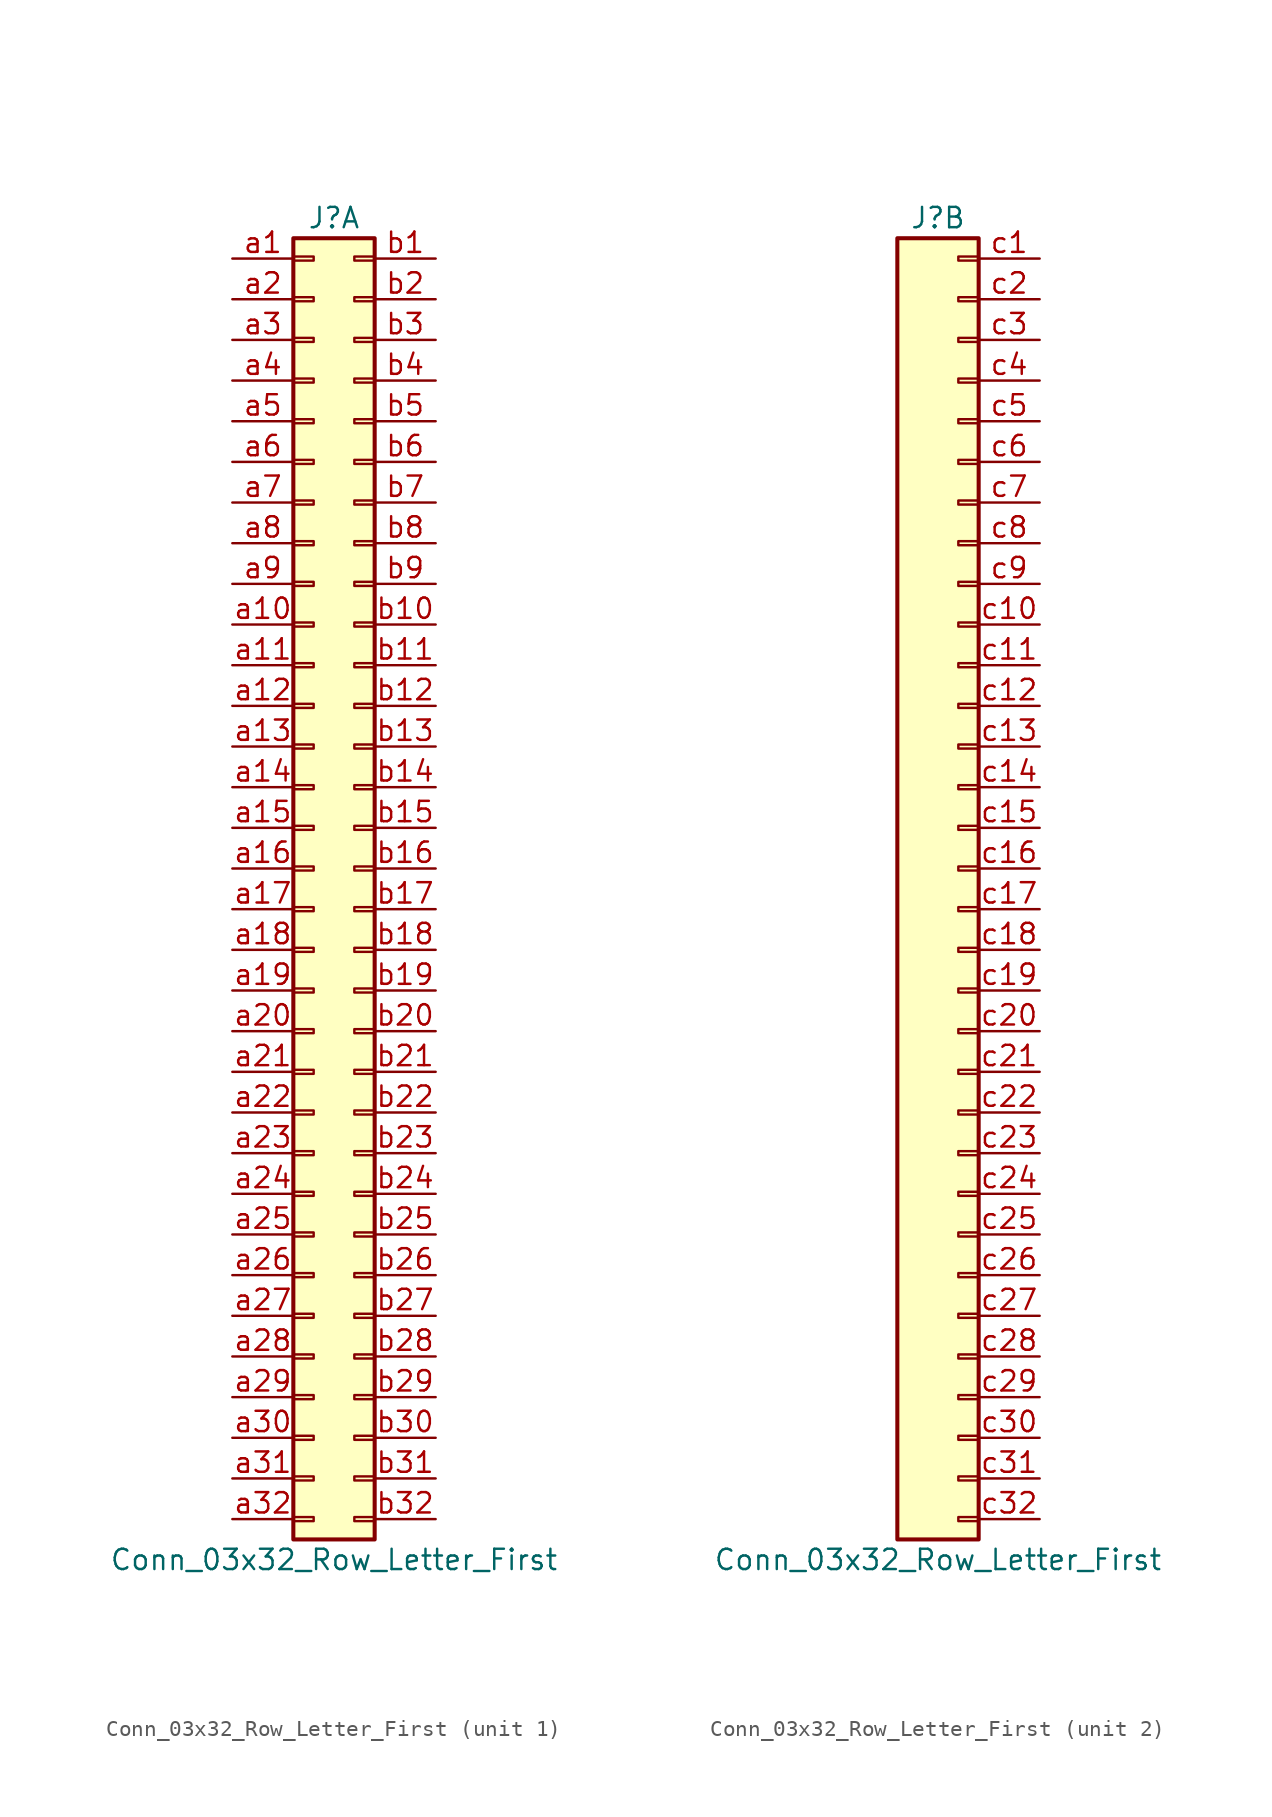
<source format=kicad_sym>
(kicad_symbol_lib
  (version 20211014)
  (generator kicad_symbol_editor)
  (symbol "68komputer-common:Conn_03x32_Row_Letter_First"
    (pin_names
      (offset 1.016) hide)
    (property "Reference" "J"
      (at 1.27 40.64 0)
      (effects (font (size 1.27 1.27))))
    (property "Value" "Conn_03x32_Row_Letter_First"
      (at 1.27 -43.18 0)
      (effects (font (size 1.27 1.27))))
    (property "ki_locked" ""
      (at 0 0 0)
      (effects (font (size 1.27 1.27))))
    (symbol "Conn_03x32_Row_Letter_First_1_1"
      (rectangle (start -1.27 -40.513) (end 0 -40.767) (stroke (width 0.152) (type default) (color 0 0 0 0)) (fill (type none)))
      (rectangle (start -1.27 -37.973) (end 0 -38.227) (stroke (width 0.152) (type default) (color 0 0 0 0)) (fill (type none)))
      (rectangle (start -1.27 -35.433) (end 0 -35.687) (stroke (width 0.152) (type default) (color 0 0 0 0)) (fill (type none)))
      (rectangle (start -1.27 -32.893) (end 0 -33.147) (stroke (width 0.152) (type default) (color 0 0 0 0)) (fill (type none)))
      (rectangle (start -1.27 -30.353) (end 0 -30.607) (stroke (width 0.152) (type default) (color 0 0 0 0)) (fill (type none)))
      (rectangle (start -1.27 -27.813) (end 0 -28.067) (stroke (width 0.152) (type default) (color 0 0 0 0)) (fill (type none)))
      (rectangle (start -1.27 -25.273) (end 0 -25.527) (stroke (width 0.152) (type default) (color 0 0 0 0)) (fill (type none)))
      (rectangle (start -1.27 -22.733) (end 0 -22.987) (stroke (width 0.152) (type default) (color 0 0 0 0)) (fill (type none)))
      (rectangle (start -1.27 -20.193) (end 0 -20.447) (stroke (width 0.152) (type default) (color 0 0 0 0)) (fill (type none)))
      (rectangle (start -1.27 -17.653) (end 0 -17.907) (stroke (width 0.152) (type default) (color 0 0 0 0)) (fill (type none)))
      (rectangle (start -1.27 -15.113) (end 0 -15.367) (stroke (width 0.152) (type default) (color 0 0 0 0)) (fill (type none)))
      (rectangle (start -1.27 -12.573) (end 0 -12.827) (stroke (width 0.152) (type default) (color 0 0 0 0)) (fill (type none)))
      (rectangle (start -1.27 -10.033) (end 0 -10.287) (stroke (width 0.152) (type default) (color 0 0 0 0)) (fill (type none)))
      (rectangle (start -1.27 -7.493) (end 0 -7.747) (stroke (width 0.152) (type default) (color 0 0 0 0)) (fill (type none)))
      (rectangle (start -1.27 -4.953) (end 0 -5.207) (stroke (width 0.152) (type default) (color 0 0 0 0)) (fill (type none)))
      (rectangle (start -1.27 -2.413) (end 0 -2.667) (stroke (width 0.152) (type default) (color 0 0 0 0)) (fill (type none)))
      (rectangle (start -1.27 0.127) (end 0 -0.127) (stroke (width 0.152) (type default) (color 0 0 0 0)) (fill (type none)))
      (rectangle (start -1.27 2.667) (end 0 2.413) (stroke (width 0.152) (type default) (color 0 0 0 0)) (fill (type none)))
      (rectangle (start -1.27 5.207) (end 0 4.953) (stroke (width 0.152) (type default) (color 0 0 0 0)) (fill (type none)))
      (rectangle (start -1.27 7.747) (end 0 7.493) (stroke (width 0.152) (type default) (color 0 0 0 0)) (fill (type none)))
      (rectangle (start -1.27 10.287) (end 0 10.033) (stroke (width 0.152) (type default) (color 0 0 0 0)) (fill (type none)))
      (rectangle (start -1.27 12.827) (end 0 12.573) (stroke (width 0.152) (type default) (color 0 0 0 0)) (fill (type none)))
      (rectangle (start -1.27 15.367) (end 0 15.113) (stroke (width 0.152) (type default) (color 0 0 0 0)) (fill (type none)))
      (rectangle (start -1.27 17.907) (end 0 17.653) (stroke (width 0.152) (type default) (color 0 0 0 0)) (fill (type none)))
      (rectangle (start -1.27 20.447) (end 0 20.193) (stroke (width 0.152) (type default) (color 0 0 0 0)) (fill (type none)))
      (rectangle (start -1.27 22.987) (end 0 22.733) (stroke (width 0.152) (type default) (color 0 0 0 0)) (fill (type none)))
      (rectangle (start -1.27 25.527) (end 0 25.273) (stroke (width 0.152) (type default) (color 0 0 0 0)) (fill (type none)))
      (rectangle (start -1.27 28.067) (end 0 27.813) (stroke (width 0.152) (type default) (color 0 0 0 0)) (fill (type none)))
      (rectangle (start -1.27 30.607) (end 0 30.353) (stroke (width 0.152) (type default) (color 0 0 0 0)) (fill (type none)))
      (rectangle (start -1.27 33.147) (end 0 32.893) (stroke (width 0.152) (type default) (color 0 0 0 0)) (fill (type none)))
      (rectangle (start -1.27 35.687) (end 0 35.433) (stroke (width 0.152) (type default) (color 0 0 0 0)) (fill (type none)))
      (rectangle (start -1.27 38.227) (end 0 37.973) (stroke (width 0.152) (type default) (color 0 0 0 0)) (fill (type none)))
      (rectangle (start -1.27 39.37) (end 3.81 -41.91) (stroke (width 0.254) (type default) (color 0 0 0 0)) (fill (type background)))
      (rectangle (start 3.81 -40.513) (end 2.54 -40.767) (stroke (width 0.152) (type default) (color 0 0 0 0)) (fill (type none)))
      (rectangle (start 3.81 -37.973) (end 2.54 -38.227) (stroke (width 0.152) (type default) (color 0 0 0 0)) (fill (type none)))
      (rectangle (start 3.81 -35.433) (end 2.54 -35.687) (stroke (width 0.152) (type default) (color 0 0 0 0)) (fill (type none)))
      (rectangle (start 3.81 -32.893) (end 2.54 -33.147) (stroke (width 0.152) (type default) (color 0 0 0 0)) (fill (type none)))
      (rectangle (start 3.81 -30.353) (end 2.54 -30.607) (stroke (width 0.152) (type default) (color 0 0 0 0)) (fill (type none)))
      (rectangle (start 3.81 -27.813) (end 2.54 -28.067) (stroke (width 0.152) (type default) (color 0 0 0 0)) (fill (type none)))
      (rectangle (start 3.81 -25.273) (end 2.54 -25.527) (stroke (width 0.152) (type default) (color 0 0 0 0)) (fill (type none)))
      (rectangle (start 3.81 -22.733) (end 2.54 -22.987) (stroke (width 0.152) (type default) (color 0 0 0 0)) (fill (type none)))
      (rectangle (start 3.81 -20.193) (end 2.54 -20.447) (stroke (width 0.152) (type default) (color 0 0 0 0)) (fill (type none)))
      (rectangle (start 3.81 -17.653) (end 2.54 -17.907) (stroke (width 0.152) (type default) (color 0 0 0 0)) (fill (type none)))
      (rectangle (start 3.81 -15.113) (end 2.54 -15.367) (stroke (width 0.152) (type default) (color 0 0 0 0)) (fill (type none)))
      (rectangle (start 3.81 -12.573) (end 2.54 -12.827) (stroke (width 0.152) (type default) (color 0 0 0 0)) (fill (type none)))
      (rectangle (start 3.81 -10.033) (end 2.54 -10.287) (stroke (width 0.152) (type default) (color 0 0 0 0)) (fill (type none)))
      (rectangle (start 3.81 -7.493) (end 2.54 -7.747) (stroke (width 0.152) (type default) (color 0 0 0 0)) (fill (type none)))
      (rectangle (start 3.81 -4.953) (end 2.54 -5.207) (stroke (width 0.152) (type default) (color 0 0 0 0)) (fill (type none)))
      (rectangle (start 3.81 -2.413) (end 2.54 -2.667) (stroke (width 0.152) (type default) (color 0 0 0 0)) (fill (type none)))
      (rectangle (start 3.81 0.127) (end 2.54 -0.127) (stroke (width 0.152) (type default) (color 0 0 0 0)) (fill (type none)))
      (rectangle (start 3.81 2.667) (end 2.54 2.413) (stroke (width 0.152) (type default) (color 0 0 0 0)) (fill (type none)))
      (rectangle (start 3.81 5.207) (end 2.54 4.953) (stroke (width 0.152) (type default) (color 0 0 0 0)) (fill (type none)))
      (rectangle (start 3.81 7.747) (end 2.54 7.493) (stroke (width 0.152) (type default) (color 0 0 0 0)) (fill (type none)))
      (rectangle (start 3.81 10.287) (end 2.54 10.033) (stroke (width 0.152) (type default) (color 0 0 0 0)) (fill (type none)))
      (rectangle (start 3.81 12.827) (end 2.54 12.573) (stroke (width 0.152) (type default) (color 0 0 0 0)) (fill (type none)))
      (rectangle (start 3.81 15.367) (end 2.54 15.113) (stroke (width 0.152) (type default) (color 0 0 0 0)) (fill (type none)))
      (rectangle (start 3.81 17.907) (end 2.54 17.653) (stroke (width 0.152) (type default) (color 0 0 0 0)) (fill (type none)))
      (rectangle (start 3.81 20.447) (end 2.54 20.193) (stroke (width 0.152) (type default) (color 0 0 0 0)) (fill (type none)))
      (rectangle (start 3.81 22.987) (end 2.54 22.733) (stroke (width 0.152) (type default) (color 0 0 0 0)) (fill (type none)))
      (rectangle (start 3.81 25.527) (end 2.54 25.273) (stroke (width 0.152) (type default) (color 0 0 0 0)) (fill (type none)))
      (rectangle (start 3.81 28.067) (end 2.54 27.813) (stroke (width 0.152) (type default) (color 0 0 0 0)) (fill (type none)))
      (rectangle (start 3.81 30.607) (end 2.54 30.353) (stroke (width 0.152) (type default) (color 0 0 0 0)) (fill (type none)))
      (rectangle (start 3.81 33.147) (end 2.54 32.893) (stroke (width 0.152) (type default) (color 0 0 0 0)) (fill (type none)))
      (rectangle (start 3.81 35.687) (end 2.54 35.433) (stroke (width 0.152) (type default) (color 0 0 0 0)) (fill (type none)))
      (rectangle (start 3.81 38.227) (end 2.54 37.973) (stroke (width 0.152) (type default) (color 0 0 0 0)) (fill (type none)))
      (pin passive line (at -5.08 38.1 0) (length 3.81) (name "Pin_a1" (effects (font (size 1.27 1.27)))) (number "a1" (effects (font (size 1.27 1.27)))))
      (pin passive line (at -5.08 15.24 0) (length 3.81) (name "Pin_a10" (effects (font (size 1.27 1.27)))) (number "a10" (effects (font (size 1.27 1.27)))))
      (pin passive line (at -5.08 12.7 0) (length 3.81) (name "Pin_a11" (effects (font (size 1.27 1.27)))) (number "a11" (effects (font (size 1.27 1.27)))))
      (pin passive line (at -5.08 10.16 0) (length 3.81) (name "Pin_a12" (effects (font (size 1.27 1.27)))) (number "a12" (effects (font (size 1.27 1.27)))))
      (pin passive line (at -5.08 7.62 0) (length 3.81) (name "Pin_a13" (effects (font (size 1.27 1.27)))) (number "a13" (effects (font (size 1.27 1.27)))))
      (pin passive line (at -5.08 5.08 0) (length 3.81) (name "Pin_a14" (effects (font (size 1.27 1.27)))) (number "a14" (effects (font (size 1.27 1.27)))))
      (pin passive line (at -5.08 2.54 0) (length 3.81) (name "Pin_a15" (effects (font (size 1.27 1.27)))) (number "a15" (effects (font (size 1.27 1.27)))))
      (pin passive line (at -5.08 0 0) (length 3.81) (name "Pin_a16" (effects (font (size 1.27 1.27)))) (number "a16" (effects (font (size 1.27 1.27)))))
      (pin passive line (at -5.08 -2.54 0) (length 3.81) (name "Pin_a17" (effects (font (size 1.27 1.27)))) (number "a17" (effects (font (size 1.27 1.27)))))
      (pin passive line (at -5.08 -5.08 0) (length 3.81) (name "Pin_a18" (effects (font (size 1.27 1.27)))) (number "a18" (effects (font (size 1.27 1.27)))))
      (pin passive line (at -5.08 -7.62 0) (length 3.81) (name "Pin_a19" (effects (font (size 1.27 1.27)))) (number "a19" (effects (font (size 1.27 1.27)))))
      (pin passive line (at -5.08 35.56 0) (length 3.81) (name "Pin_a2" (effects (font (size 1.27 1.27)))) (number "a2" (effects (font (size 1.27 1.27)))))
      (pin passive line (at -5.08 -10.16 0) (length 3.81) (name "Pin_a20" (effects (font (size 1.27 1.27)))) (number "a20" (effects (font (size 1.27 1.27)))))
      (pin passive line (at -5.08 -12.7 0) (length 3.81) (name "Pin_a21" (effects (font (size 1.27 1.27)))) (number "a21" (effects (font (size 1.27 1.27)))))
      (pin passive line (at -5.08 -15.24 0) (length 3.81) (name "Pin_a22" (effects (font (size 1.27 1.27)))) (number "a22" (effects (font (size 1.27 1.27)))))
      (pin passive line (at -5.08 -17.78 0) (length 3.81) (name "Pin_a23" (effects (font (size 1.27 1.27)))) (number "a23" (effects (font (size 1.27 1.27)))))
      (pin passive line (at -5.08 -20.32 0) (length 3.81) (name "Pin_a24" (effects (font (size 1.27 1.27)))) (number "a24" (effects (font (size 1.27 1.27)))))
      (pin passive line (at -5.08 -22.86 0) (length 3.81) (name "Pin_a25" (effects (font (size 1.27 1.27)))) (number "a25" (effects (font (size 1.27 1.27)))))
      (pin passive line (at -5.08 -25.4 0) (length 3.81) (name "Pin_a26" (effects (font (size 1.27 1.27)))) (number "a26" (effects (font (size 1.27 1.27)))))
      (pin passive line (at -5.08 -27.94 0) (length 3.81) (name "Pin_a27" (effects (font (size 1.27 1.27)))) (number "a27" (effects (font (size 1.27 1.27)))))
      (pin passive line (at -5.08 -30.48 0) (length 3.81) (name "Pin_a28" (effects (font (size 1.27 1.27)))) (number "a28" (effects (font (size 1.27 1.27)))))
      (pin passive line (at -5.08 -33.02 0) (length 3.81) (name "Pin_a29" (effects (font (size 1.27 1.27)))) (number "a29" (effects (font (size 1.27 1.27)))))
      (pin passive line (at -5.08 33.02 0) (length 3.81) (name "Pin_a3" (effects (font (size 1.27 1.27)))) (number "a3" (effects (font (size 1.27 1.27)))))
      (pin passive line (at -5.08 -35.56 0) (length 3.81) (name "Pin_a30" (effects (font (size 1.27 1.27)))) (number "a30" (effects (font (size 1.27 1.27)))))
      (pin passive line (at -5.08 -38.1 0) (length 3.81) (name "Pin_a31" (effects (font (size 1.27 1.27)))) (number "a31" (effects (font (size 1.27 1.27)))))
      (pin passive line (at -5.08 -40.64 0) (length 3.81) (name "Pin_a32" (effects (font (size 1.27 1.27)))) (number "a32" (effects (font (size 1.27 1.27)))))
      (pin passive line (at -5.08 30.48 0) (length 3.81) (name "Pin_a4" (effects (font (size 1.27 1.27)))) (number "a4" (effects (font (size 1.27 1.27)))))
      (pin passive line (at -5.08 27.94 0) (length 3.81) (name "Pin_a5" (effects (font (size 1.27 1.27)))) (number "a5" (effects (font (size 1.27 1.27)))))
      (pin passive line (at -5.08 25.4 0) (length 3.81) (name "Pin_a6" (effects (font (size 1.27 1.27)))) (number "a6" (effects (font (size 1.27 1.27)))))
      (pin passive line (at -5.08 22.86 0) (length 3.81) (name "Pin_a7" (effects (font (size 1.27 1.27)))) (number "a7" (effects (font (size 1.27 1.27)))))
      (pin passive line (at -5.08 20.32 0) (length 3.81) (name "Pin_a8" (effects (font (size 1.27 1.27)))) (number "a8" (effects (font (size 1.27 1.27)))))
      (pin passive line (at -5.08 17.78 0) (length 3.81) (name "Pin_a9" (effects (font (size 1.27 1.27)))) (number "a9" (effects (font (size 1.27 1.27)))))
      (pin passive line (at 7.62 38.1 180) (length 3.81) (name "Pin_b1" (effects (font (size 1.27 1.27)))) (number "b1" (effects (font (size 1.27 1.27)))))
      (pin passive line (at 7.62 15.24 180) (length 3.81) (name "Pin_b10" (effects (font (size 1.27 1.27)))) (number "b10" (effects (font (size 1.27 1.27)))))
      (pin passive line (at 7.62 12.7 180) (length 3.81) (name "Pin_b11" (effects (font (size 1.27 1.27)))) (number "b11" (effects (font (size 1.27 1.27)))))
      (pin passive line (at 7.62 10.16 180) (length 3.81) (name "Pin_b12" (effects (font (size 1.27 1.27)))) (number "b12" (effects (font (size 1.27 1.27)))))
      (pin passive line (at 7.62 7.62 180) (length 3.81) (name "Pin_b13" (effects (font (size 1.27 1.27)))) (number "b13" (effects (font (size 1.27 1.27)))))
      (pin passive line (at 7.62 5.08 180) (length 3.81) (name "Pin_b14" (effects (font (size 1.27 1.27)))) (number "b14" (effects (font (size 1.27 1.27)))))
      (pin passive line (at 7.62 2.54 180) (length 3.81) (name "Pin_b15" (effects (font (size 1.27 1.27)))) (number "b15" (effects (font (size 1.27 1.27)))))
      (pin passive line (at 7.62 0 180) (length 3.81) (name "Pin_b16" (effects (font (size 1.27 1.27)))) (number "b16" (effects (font (size 1.27 1.27)))))
      (pin passive line (at 7.62 -2.54 180) (length 3.81) (name "Pin_b17" (effects (font (size 1.27 1.27)))) (number "b17" (effects (font (size 1.27 1.27)))))
      (pin passive line (at 7.62 -5.08 180) (length 3.81) (name "Pin_b18" (effects (font (size 1.27 1.27)))) (number "b18" (effects (font (size 1.27 1.27)))))
      (pin passive line (at 7.62 -7.62 180) (length 3.81) (name "Pin_b19" (effects (font (size 1.27 1.27)))) (number "b19" (effects (font (size 1.27 1.27)))))
      (pin passive line (at 7.62 35.56 180) (length 3.81) (name "Pin_b2" (effects (font (size 1.27 1.27)))) (number "b2" (effects (font (size 1.27 1.27)))))
      (pin passive line (at 7.62 -10.16 180) (length 3.81) (name "Pin_b20" (effects (font (size 1.27 1.27)))) (number "b20" (effects (font (size 1.27 1.27)))))
      (pin passive line (at 7.62 -12.7 180) (length 3.81) (name "Pin_b21" (effects (font (size 1.27 1.27)))) (number "b21" (effects (font (size 1.27 1.27)))))
      (pin passive line (at 7.62 -15.24 180) (length 3.81) (name "Pin_b22" (effects (font (size 1.27 1.27)))) (number "b22" (effects (font (size 1.27 1.27)))))
      (pin passive line (at 7.62 -17.78 180) (length 3.81) (name "Pin_b23" (effects (font (size 1.27 1.27)))) (number "b23" (effects (font (size 1.27 1.27)))))
      (pin passive line (at 7.62 -20.32 180) (length 3.81) (name "Pin_b24" (effects (font (size 1.27 1.27)))) (number "b24" (effects (font (size 1.27 1.27)))))
      (pin passive line (at 7.62 -22.86 180) (length 3.81) (name "Pin_b25" (effects (font (size 1.27 1.27)))) (number "b25" (effects (font (size 1.27 1.27)))))
      (pin passive line (at 7.62 -25.4 180) (length 3.81) (name "Pin_b26" (effects (font (size 1.27 1.27)))) (number "b26" (effects (font (size 1.27 1.27)))))
      (pin passive line (at 7.62 -27.94 180) (length 3.81) (name "Pin_b27" (effects (font (size 1.27 1.27)))) (number "b27" (effects (font (size 1.27 1.27)))))
      (pin passive line (at 7.62 -30.48 180) (length 3.81) (name "Pin_b28" (effects (font (size 1.27 1.27)))) (number "b28" (effects (font (size 1.27 1.27)))))
      (pin passive line (at 7.62 -33.02 180) (length 3.81) (name "Pin_b29" (effects (font (size 1.27 1.27)))) (number "b29" (effects (font (size 1.27 1.27)))))
      (pin passive line (at 7.62 33.02 180) (length 3.81) (name "Pin_b3" (effects (font (size 1.27 1.27)))) (number "b3" (effects (font (size 1.27 1.27)))))
      (pin passive line (at 7.62 -35.56 180) (length 3.81) (name "Pin_b30" (effects (font (size 1.27 1.27)))) (number "b30" (effects (font (size 1.27 1.27)))))
      (pin passive line (at 7.62 -38.1 180) (length 3.81) (name "Pin_b31" (effects (font (size 1.27 1.27)))) (number "b31" (effects (font (size 1.27 1.27)))))
      (pin passive line (at 7.62 -40.64 180) (length 3.81) (name "Pin_b32" (effects (font (size 1.27 1.27)))) (number "b32" (effects (font (size 1.27 1.27)))))
      (pin passive line (at 7.62 30.48 180) (length 3.81) (name "Pin_b4" (effects (font (size 1.27 1.27)))) (number "b4" (effects (font (size 1.27 1.27)))))
      (pin passive line (at 7.62 27.94 180) (length 3.81) (name "Pin_b5" (effects (font (size 1.27 1.27)))) (number "b5" (effects (font (size 1.27 1.27)))))
      (pin passive line (at 7.62 25.4 180) (length 3.81) (name "Pin_b6" (effects (font (size 1.27 1.27)))) (number "b6" (effects (font (size 1.27 1.27)))))
      (pin passive line (at 7.62 22.86 180) (length 3.81) (name "Pin_b7" (effects (font (size 1.27 1.27)))) (number "b7" (effects (font (size 1.27 1.27)))))
      (pin passive line (at 7.62 20.32 180) (length 3.81) (name "Pin_b8" (effects (font (size 1.27 1.27)))) (number "b8" (effects (font (size 1.27 1.27)))))
      (pin passive line (at 7.62 17.78 180) (length 3.81) (name "Pin_b9" (effects (font (size 1.27 1.27)))) (number "b9" (effects (font (size 1.27 1.27))))))
    (symbol "Conn_03x32_Row_Letter_First_2_1"
      (rectangle (start -1.27 39.37) (end 3.81 -41.91) (stroke (width 0.254) (type default) (color 0 0 0 0)) (fill (type background)))
      (rectangle (start 3.81 -40.513) (end 2.54 -40.767) (stroke (width 0.152) (type default) (color 0 0 0 0)) (fill (type none)))
      (rectangle (start 3.81 -37.973) (end 2.54 -38.227) (stroke (width 0.152) (type default) (color 0 0 0 0)) (fill (type none)))
      (rectangle (start 3.81 -35.433) (end 2.54 -35.687) (stroke (width 0.152) (type default) (color 0 0 0 0)) (fill (type none)))
      (rectangle (start 3.81 -32.893) (end 2.54 -33.147) (stroke (width 0.152) (type default) (color 0 0 0 0)) (fill (type none)))
      (rectangle (start 3.81 -30.353) (end 2.54 -30.607) (stroke (width 0.152) (type default) (color 0 0 0 0)) (fill (type none)))
      (rectangle (start 3.81 -27.813) (end 2.54 -28.067) (stroke (width 0.152) (type default) (color 0 0 0 0)) (fill (type none)))
      (rectangle (start 3.81 -25.273) (end 2.54 -25.527) (stroke (width 0.152) (type default) (color 0 0 0 0)) (fill (type none)))
      (rectangle (start 3.81 -22.733) (end 2.54 -22.987) (stroke (width 0.152) (type default) (color 0 0 0 0)) (fill (type none)))
      (rectangle (start 3.81 -20.193) (end 2.54 -20.447) (stroke (width 0.152) (type default) (color 0 0 0 0)) (fill (type none)))
      (rectangle (start 3.81 -17.653) (end 2.54 -17.907) (stroke (width 0.152) (type default) (color 0 0 0 0)) (fill (type none)))
      (rectangle (start 3.81 -15.113) (end 2.54 -15.367) (stroke (width 0.152) (type default) (color 0 0 0 0)) (fill (type none)))
      (rectangle (start 3.81 -12.573) (end 2.54 -12.827) (stroke (width 0.152) (type default) (color 0 0 0 0)) (fill (type none)))
      (rectangle (start 3.81 -10.033) (end 2.54 -10.287) (stroke (width 0.152) (type default) (color 0 0 0 0)) (fill (type none)))
      (rectangle (start 3.81 -7.493) (end 2.54 -7.747) (stroke (width 0.152) (type default) (color 0 0 0 0)) (fill (type none)))
      (rectangle (start 3.81 -4.953) (end 2.54 -5.207) (stroke (width 0.152) (type default) (color 0 0 0 0)) (fill (type none)))
      (rectangle (start 3.81 -2.413) (end 2.54 -2.667) (stroke (width 0.152) (type default) (color 0 0 0 0)) (fill (type none)))
      (rectangle (start 3.81 0.127) (end 2.54 -0.127) (stroke (width 0.152) (type default) (color 0 0 0 0)) (fill (type none)))
      (rectangle (start 3.81 2.667) (end 2.54 2.413) (stroke (width 0.152) (type default) (color 0 0 0 0)) (fill (type none)))
      (rectangle (start 3.81 5.207) (end 2.54 4.953) (stroke (width 0.152) (type default) (color 0 0 0 0)) (fill (type none)))
      (rectangle (start 3.81 7.747) (end 2.54 7.493) (stroke (width 0.152) (type default) (color 0 0 0 0)) (fill (type none)))
      (rectangle (start 3.81 10.287) (end 2.54 10.033) (stroke (width 0.152) (type default) (color 0 0 0 0)) (fill (type none)))
      (rectangle (start 3.81 12.827) (end 2.54 12.573) (stroke (width 0.152) (type default) (color 0 0 0 0)) (fill (type none)))
      (rectangle (start 3.81 15.367) (end 2.54 15.113) (stroke (width 0.152) (type default) (color 0 0 0 0)) (fill (type none)))
      (rectangle (start 3.81 17.907) (end 2.54 17.653) (stroke (width 0.152) (type default) (color 0 0 0 0)) (fill (type none)))
      (rectangle (start 3.81 20.447) (end 2.54 20.193) (stroke (width 0.152) (type default) (color 0 0 0 0)) (fill (type none)))
      (rectangle (start 3.81 22.987) (end 2.54 22.733) (stroke (width 0.152) (type default) (color 0 0 0 0)) (fill (type none)))
      (rectangle (start 3.81 25.527) (end 2.54 25.273) (stroke (width 0.152) (type default) (color 0 0 0 0)) (fill (type none)))
      (rectangle (start 3.81 28.067) (end 2.54 27.813) (stroke (width 0.152) (type default) (color 0 0 0 0)) (fill (type none)))
      (rectangle (start 3.81 30.607) (end 2.54 30.353) (stroke (width 0.152) (type default) (color 0 0 0 0)) (fill (type none)))
      (rectangle (start 3.81 33.147) (end 2.54 32.893) (stroke (width 0.152) (type default) (color 0 0 0 0)) (fill (type none)))
      (rectangle (start 3.81 35.687) (end 2.54 35.433) (stroke (width 0.152) (type default) (color 0 0 0 0)) (fill (type none)))
      (rectangle (start 3.81 38.227) (end 2.54 37.973) (stroke (width 0.152) (type default) (color 0 0 0 0)) (fill (type none)))
      (pin passive line (at 7.62 38.1 180) (length 3.81) (name "Pin_c1" (effects (font (size 1.27 1.27)))) (number "c1" (effects (font (size 1.27 1.27)))))
      (pin passive line (at 7.62 15.24 180) (length 3.81) (name "Pin_c10" (effects (font (size 1.27 1.27)))) (number "c10" (effects (font (size 1.27 1.27)))))
      (pin passive line (at 7.62 12.7 180) (length 3.81) (name "Pin_c11" (effects (font (size 1.27 1.27)))) (number "c11" (effects (font (size 1.27 1.27)))))
      (pin passive line (at 7.62 10.16 180) (length 3.81) (name "Pin_c12" (effects (font (size 1.27 1.27)))) (number "c12" (effects (font (size 1.27 1.27)))))
      (pin passive line (at 7.62 7.62 180) (length 3.81) (name "Pin_c13" (effects (font (size 1.27 1.27)))) (number "c13" (effects (font (size 1.27 1.27)))))
      (pin passive line (at 7.62 5.08 180) (length 3.81) (name "Pin_c14" (effects (font (size 1.27 1.27)))) (number "c14" (effects (font (size 1.27 1.27)))))
      (pin passive line (at 7.62 2.54 180) (length 3.81) (name "Pin_c15" (effects (font (size 1.27 1.27)))) (number "c15" (effects (font (size 1.27 1.27)))))
      (pin passive line (at 7.62 0 180) (length 3.81) (name "Pin_c16" (effects (font (size 1.27 1.27)))) (number "c16" (effects (font (size 1.27 1.27)))))
      (pin passive line (at 7.62 -2.54 180) (length 3.81) (name "Pin_c17" (effects (font (size 1.27 1.27)))) (number "c17" (effects (font (size 1.27 1.27)))))
      (pin passive line (at 7.62 -5.08 180) (length 3.81) (name "Pin_c18" (effects (font (size 1.27 1.27)))) (number "c18" (effects (font (size 1.27 1.27)))))
      (pin passive line (at 7.62 -7.62 180) (length 3.81) (name "Pin_c19" (effects (font (size 1.27 1.27)))) (number "c19" (effects (font (size 1.27 1.27)))))
      (pin passive line (at 7.62 35.56 180) (length 3.81) (name "Pin_c2" (effects (font (size 1.27 1.27)))) (number "c2" (effects (font (size 1.27 1.27)))))
      (pin passive line (at 7.62 -10.16 180) (length 3.81) (name "Pin_c20" (effects (font (size 1.27 1.27)))) (number "c20" (effects (font (size 1.27 1.27)))))
      (pin passive line (at 7.62 -12.7 180) (length 3.81) (name "Pin_c21" (effects (font (size 1.27 1.27)))) (number "c21" (effects (font (size 1.27 1.27)))))
      (pin passive line (at 7.62 -15.24 180) (length 3.81) (name "Pin_c22" (effects (font (size 1.27 1.27)))) (number "c22" (effects (font (size 1.27 1.27)))))
      (pin passive line (at 7.62 -17.78 180) (length 3.81) (name "Pin_c23" (effects (font (size 1.27 1.27)))) (number "c23" (effects (font (size 1.27 1.27)))))
      (pin passive line (at 7.62 -20.32 180) (length 3.81) (name "Pin_c24" (effects (font (size 1.27 1.27)))) (number "c24" (effects (font (size 1.27 1.27)))))
      (pin passive line (at 7.62 -22.86 180) (length 3.81) (name "Pin_c25" (effects (font (size 1.27 1.27)))) (number "c25" (effects (font (size 1.27 1.27)))))
      (pin passive line (at 7.62 -25.4 180) (length 3.81) (name "Pin_c26" (effects (font (size 1.27 1.27)))) (number "c26" (effects (font (size 1.27 1.27)))))
      (pin passive line (at 7.62 -27.94 180) (length 3.81) (name "Pin_c27" (effects (font (size 1.27 1.27)))) (number "c27" (effects (font (size 1.27 1.27)))))
      (pin passive line (at 7.62 -30.48 180) (length 3.81) (name "Pin_c28" (effects (font (size 1.27 1.27)))) (number "c28" (effects (font (size 1.27 1.27)))))
      (pin passive line (at 7.62 -33.02 180) (length 3.81) (name "Pin_c29" (effects (font (size 1.27 1.27)))) (number "c29" (effects (font (size 1.27 1.27)))))
      (pin passive line (at 7.62 33.02 180) (length 3.81) (name "Pin_c3" (effects (font (size 1.27 1.27)))) (number "c3" (effects (font (size 1.27 1.27)))))
      (pin passive line (at 7.62 -35.56 180) (length 3.81) (name "Pin_c30" (effects (font (size 1.27 1.27)))) (number "c30" (effects (font (size 1.27 1.27)))))
      (pin passive line (at 7.62 -38.1 180) (length 3.81) (name "Pin_c31" (effects (font (size 1.27 1.27)))) (number "c31" (effects (font (size 1.27 1.27)))))
      (pin passive line (at 7.62 -40.64 180) (length 3.81) (name "Pin_c32" (effects (font (size 1.27 1.27)))) (number "c32" (effects (font (size 1.27 1.27)))))
      (pin passive line (at 7.62 30.48 180) (length 3.81) (name "Pin_c4" (effects (font (size 1.27 1.27)))) (number "c4" (effects (font (size 1.27 1.27)))))
      (pin passive line (at 7.62 27.94 180) (length 3.81) (name "Pin_c5" (effects (font (size 1.27 1.27)))) (number "c5" (effects (font (size 1.27 1.27)))))
      (pin passive line (at 7.62 25.4 180) (length 3.81) (name "Pin_c6" (effects (font (size 1.27 1.27)))) (number "c6" (effects (font (size 1.27 1.27)))))
      (pin passive line (at 7.62 22.86 180) (length 3.81) (name "Pin_c7" (effects (font (size 1.27 1.27)))) (number "c7" (effects (font (size 1.27 1.27)))))
      (pin passive line (at 7.62 20.32 180) (length 3.81) (name "Pin_c8" (effects (font (size 1.27 1.27)))) (number "c8" (effects (font (size 1.27 1.27)))))
      (pin passive line (at 7.62 17.78 180) (length 3.81) (name "Pin_c9" (effects (font (size 1.27 1.27)))) (number "c9" (effects (font (size 1.27 1.27))))))))
</source>
